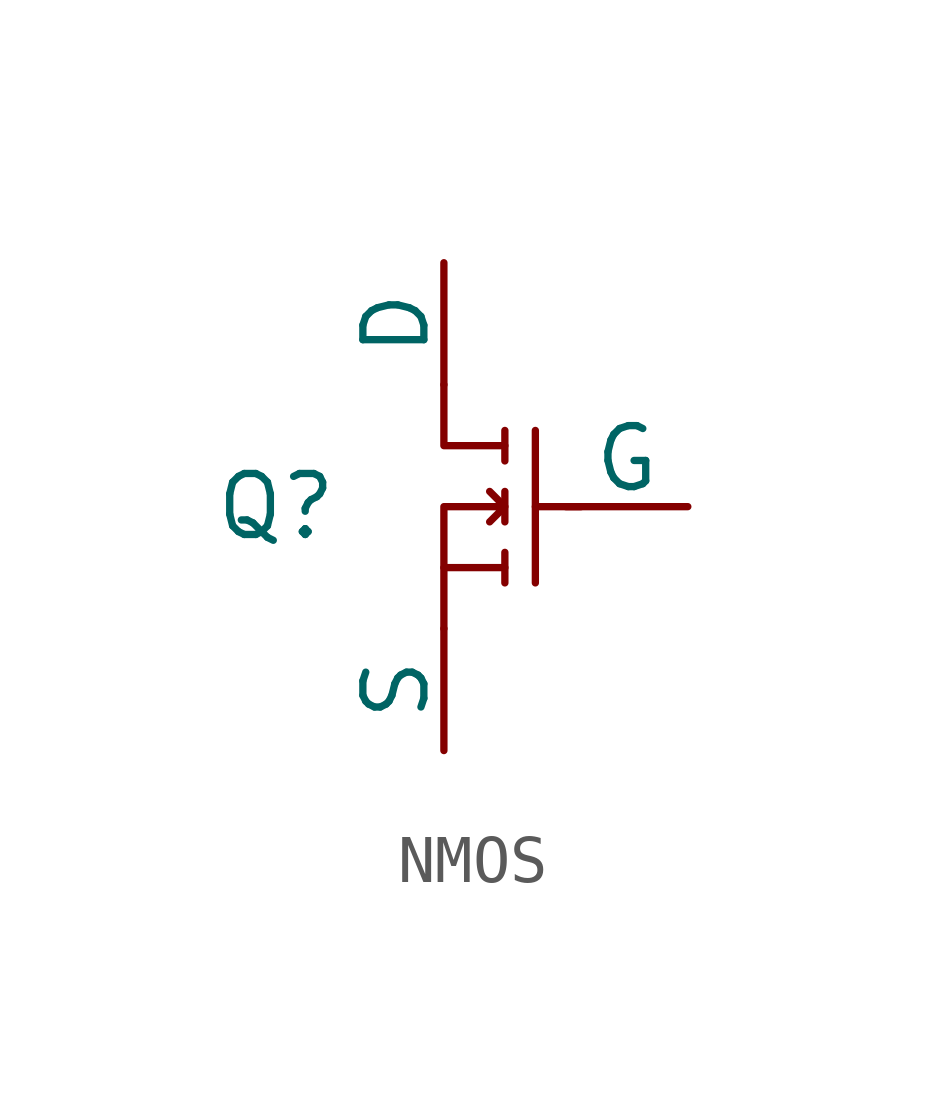
<source format=kicad_sym>
(kicad_symbol_lib
  (version 20220914)
  (generator kicad_symbol_editor)
  (symbol "NMOS"
    (pin_numbers hide)
    (pin_names
      (offset 0))
    (property "Reference" "Q"
      (at -3.493 -5.08 0)
      (effects (font (size 1.27 1.27))))
    (property "Value" ""
      (at -3.493 -6.985 0)
      (effects (font (size 1.27 1.27))))
    (symbol "NMOS_1_1"
      (polyline (pts (xy 0 -6.35) (xy 1.27 -6.35)) (stroke (width 0) (type default)) (fill (type none)))
      (polyline (pts (xy 1.27 -6.032) (xy 1.27 -6.668)) (stroke (width 0) (type default)) (fill (type none)))
      (polyline (pts (xy 1.905 -5.08) (xy 2.857 -5.08)) (stroke (width 0) (type default)) (fill (type none)))
      (polyline (pts (xy 1.905 -3.493) (xy 1.905 -6.668)) (stroke (width 0) (type default)) (fill (type none)))
      (polyline (pts (xy 0 -2.54) (xy 0 -3.81) (xy 1.27 -3.81)) (stroke (width 0) (type default)) (fill (type none)))
      (polyline (pts (xy 1.27 -5.08) (xy 1.27 -4.763) (xy 1.27 -5.397)) (stroke (width 0) (type default)) (fill (type none)))
      (polyline (pts (xy 1.27 -4.128) (xy 1.27 -3.493) (xy 1.27 -4.128)) (stroke (width 0) (type default)) (fill (type none)))
      (polyline (pts (xy 0 -7.62) (xy 0 -5.08) (xy 1.27 -5.08) (xy 0.953 -4.763) (xy 1.27 -5.08) (xy 0.953 -5.397) (xy 1.27 -5.08)) (stroke (width 0) (type default)) (fill (type none)))
      (pin passive line (at 0 0 270) (length 2.54) (name "D" (effects (font (size 1.27 1.27)))) (number "1" (effects (font (size 1.27 1.27)))))
      (pin passive line (at 0 -10.16 90) (length 2.54) (name "S" (effects (font (size 1.27 1.27)))) (number "2" (effects (font (size 1.27 1.27)))))
      (pin passive line (at 5.08 -5.08 180) (length 2.54) (name "G" (effects (font (size 1.27 1.27)))) (number "3" (effects (font (size 1.27 1.27))))))))
</source>
